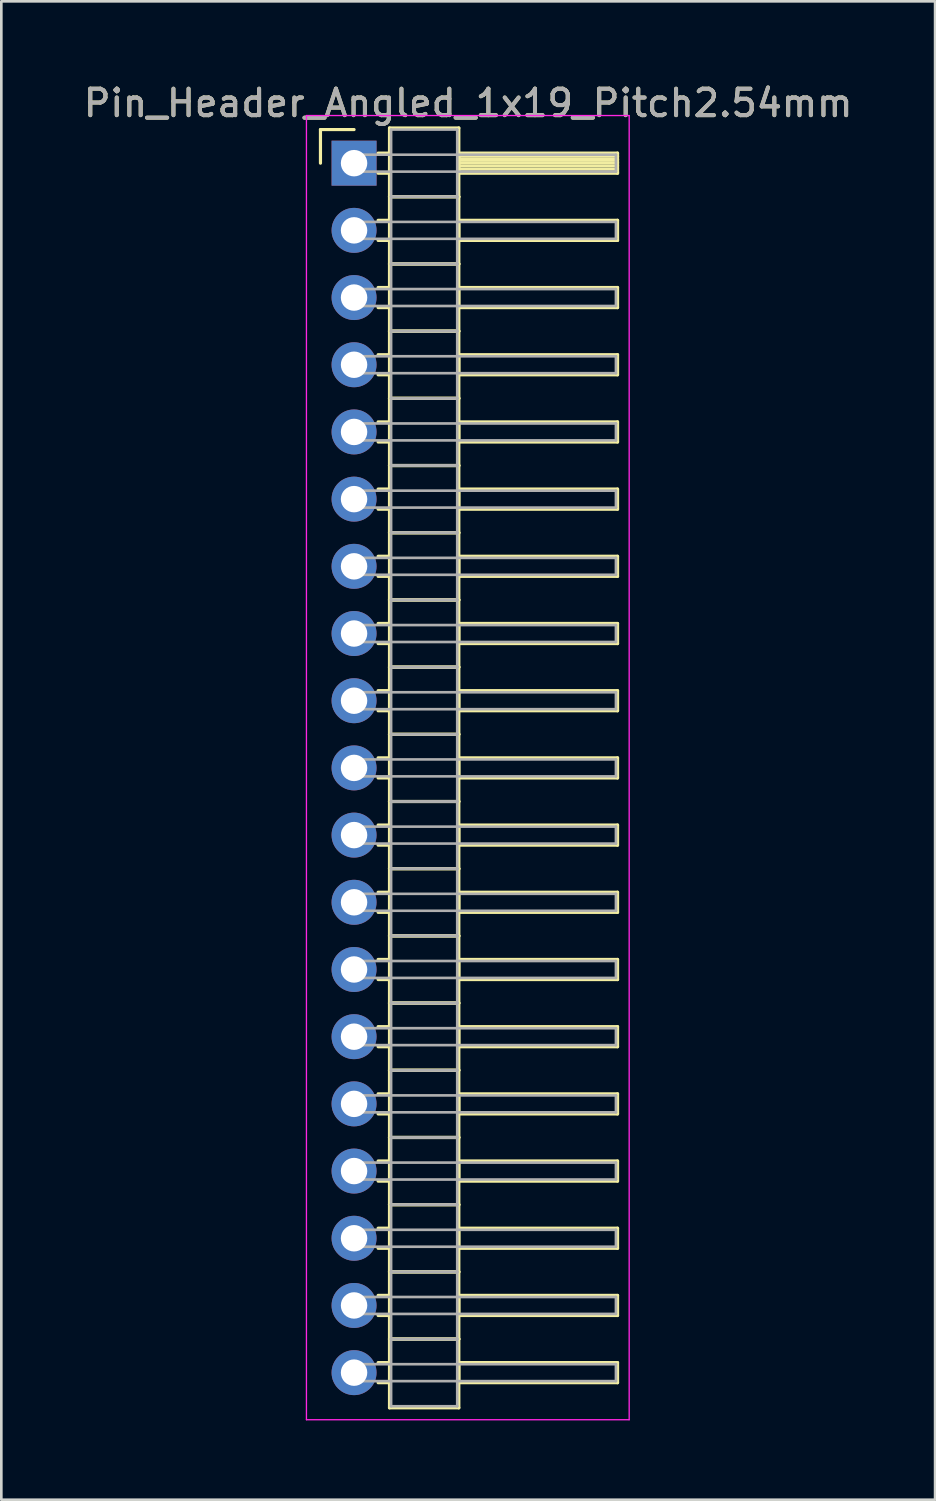
<source format=kicad_pcb>
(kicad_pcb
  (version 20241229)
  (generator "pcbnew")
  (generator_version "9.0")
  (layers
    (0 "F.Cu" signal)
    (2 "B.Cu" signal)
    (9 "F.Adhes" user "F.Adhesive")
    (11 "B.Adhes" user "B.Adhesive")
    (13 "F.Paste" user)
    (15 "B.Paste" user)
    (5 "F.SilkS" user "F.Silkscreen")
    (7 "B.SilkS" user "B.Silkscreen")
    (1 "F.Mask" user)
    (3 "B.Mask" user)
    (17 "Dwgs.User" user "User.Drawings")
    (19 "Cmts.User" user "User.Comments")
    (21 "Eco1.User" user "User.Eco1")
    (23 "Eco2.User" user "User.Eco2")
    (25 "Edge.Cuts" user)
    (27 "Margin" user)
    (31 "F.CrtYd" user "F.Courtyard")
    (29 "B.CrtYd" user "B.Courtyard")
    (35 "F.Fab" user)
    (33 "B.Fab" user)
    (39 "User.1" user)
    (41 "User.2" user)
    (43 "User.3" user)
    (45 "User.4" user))
  (footprint "Pin_Header_Angled_1x19_Pitch2.54mm"
    (layer "F.Cu")
    (at 10.334 3.118)
    (property "Reference" "Pin_Header_Angled_1x19_Pitch2.54mm" (at 4.315 -2.27 0) (layer "F.SilkS") (effects (font (size 1 1) (thickness 0.15))))
    (attr through_hole)
    (fp_line (start -1.27 -1.27) (end 0 -1.27) (stroke (width 0.12) (type solid)) (layer "F.SilkS"))
    (fp_line (start -1.27 0) (end -1.27 -1.27) (stroke (width 0.12) (type solid)) (layer "F.SilkS"))
    (fp_line (start 0.91 -0.38) (end 1.34 -0.38) (stroke (width 0.12) (type solid)) (layer "F.SilkS"))
    (fp_line (start 0.91 0.38) (end 1.34 0.38) (stroke (width 0.12) (type solid)) (layer "F.SilkS"))
    (fp_line (start 0.91 2.16) (end 1.34 2.16) (stroke (width 0.12) (type solid)) (layer "F.SilkS"))
    (fp_line (start 0.91 2.92) (end 1.34 2.92) (stroke (width 0.12) (type solid)) (layer "F.SilkS"))
    (fp_line (start 0.91 4.7) (end 1.34 4.7) (stroke (width 0.12) (type solid)) (layer "F.SilkS"))
    (fp_line (start 0.91 5.46) (end 1.34 5.46) (stroke (width 0.12) (type solid)) (layer "F.SilkS"))
    (fp_line (start 0.91 7.24) (end 1.34 7.24) (stroke (width 0.12) (type solid)) (layer "F.SilkS"))
    (fp_line (start 0.91 8) (end 1.34 8) (stroke (width 0.12) (type solid)) (layer "F.SilkS"))
    (fp_line (start 0.91 9.78) (end 1.34 9.78) (stroke (width 0.12) (type solid)) (layer "F.SilkS"))
    (fp_line (start 0.91 10.54) (end 1.34 10.54) (stroke (width 0.12) (type solid)) (layer "F.SilkS"))
    (fp_line (start 0.91 12.32) (end 1.34 12.32) (stroke (width 0.12) (type solid)) (layer "F.SilkS"))
    (fp_line (start 0.91 13.08) (end 1.34 13.08) (stroke (width 0.12) (type solid)) (layer "F.SilkS"))
    (fp_line (start 0.91 14.86) (end 1.34 14.86) (stroke (width 0.12) (type solid)) (layer "F.SilkS"))
    (fp_line (start 0.91 15.62) (end 1.34 15.62) (stroke (width 0.12) (type solid)) (layer "F.SilkS"))
    (fp_line (start 0.91 17.4) (end 1.34 17.4) (stroke (width 0.12) (type solid)) (layer "F.SilkS"))
    (fp_line (start 0.91 18.16) (end 1.34 18.16) (stroke (width 0.12) (type solid)) (layer "F.SilkS"))
    (fp_line (start 0.91 19.94) (end 1.34 19.94) (stroke (width 0.12) (type solid)) (layer "F.SilkS"))
    (fp_line (start 0.91 20.7) (end 1.34 20.7) (stroke (width 0.12) (type solid)) (layer "F.SilkS"))
    (fp_line (start 0.91 22.48) (end 1.34 22.48) (stroke (width 0.12) (type solid)) (layer "F.SilkS"))
    (fp_line (start 0.91 23.24) (end 1.34 23.24) (stroke (width 0.12) (type solid)) (layer "F.SilkS"))
    (fp_line (start 0.91 25.02) (end 1.34 25.02) (stroke (width 0.12) (type solid)) (layer "F.SilkS"))
    (fp_line (start 0.91 25.78) (end 1.34 25.78) (stroke (width 0.12) (type solid)) (layer "F.SilkS"))
    (fp_line (start 0.91 27.56) (end 1.34 27.56) (stroke (width 0.12) (type solid)) (layer "F.SilkS"))
    (fp_line (start 0.91 28.32) (end 1.34 28.32) (stroke (width 0.12) (type solid)) (layer "F.SilkS"))
    (fp_line (start 0.91 30.1) (end 1.34 30.1) (stroke (width 0.12) (type solid)) (layer "F.SilkS"))
    (fp_line (start 0.91 30.86) (end 1.34 30.86) (stroke (width 0.12) (type solid)) (layer "F.SilkS"))
    (fp_line (start 0.91 32.64) (end 1.34 32.64) (stroke (width 0.12) (type solid)) (layer "F.SilkS"))
    (fp_line (start 0.91 33.4) (end 1.34 33.4) (stroke (width 0.12) (type solid)) (layer "F.SilkS"))
    (fp_line (start 0.91 35.18) (end 1.34 35.18) (stroke (width 0.12) (type solid)) (layer "F.SilkS"))
    (fp_line (start 0.91 35.94) (end 1.34 35.94) (stroke (width 0.12) (type solid)) (layer "F.SilkS"))
    (fp_line (start 0.91 37.72) (end 1.34 37.72) (stroke (width 0.12) (type solid)) (layer "F.SilkS"))
    (fp_line (start 0.91 38.48) (end 1.34 38.48) (stroke (width 0.12) (type solid)) (layer "F.SilkS"))
    (fp_line (start 0.91 40.26) (end 1.34 40.26) (stroke (width 0.12) (type solid)) (layer "F.SilkS"))
    (fp_line (start 0.91 41.02) (end 1.34 41.02) (stroke (width 0.12) (type solid)) (layer "F.SilkS"))
    (fp_line (start 0.91 42.8) (end 1.34 42.8) (stroke (width 0.12) (type solid)) (layer "F.SilkS"))
    (fp_line (start 0.91 43.56) (end 1.34 43.56) (stroke (width 0.12) (type solid)) (layer "F.SilkS"))
    (fp_line (start 0.91 45.34) (end 1.34 45.34) (stroke (width 0.12) (type solid)) (layer "F.SilkS"))
    (fp_line (start 0.91 46.1) (end 1.34 46.1) (stroke (width 0.12) (type solid)) (layer "F.SilkS"))
    (fp_line (start 1.34 -1.33) (end 1.34 1.27) (stroke (width 0.12) (type solid)) (layer "F.SilkS"))
    (fp_line (start 1.34 1.27) (end 1.34 3.81) (stroke (width 0.12) (type solid)) (layer "F.SilkS"))
    (fp_line (start 1.34 1.27) (end 3.96 1.27) (stroke (width 0.12) (type solid)) (layer "F.SilkS"))
    (fp_line (start 1.34 3.81) (end 1.34 6.35) (stroke (width 0.12) (type solid)) (layer "F.SilkS"))
    (fp_line (start 1.34 3.81) (end 3.96 3.81) (stroke (width 0.12) (type solid)) (layer "F.SilkS"))
    (fp_line (start 1.34 6.35) (end 1.34 8.89) (stroke (width 0.12) (type solid)) (layer "F.SilkS"))
    (fp_line (start 1.34 6.35) (end 3.96 6.35) (stroke (width 0.12) (type solid)) (layer "F.SilkS"))
    (fp_line (start 1.34 8.89) (end 1.34 11.43) (stroke (width 0.12) (type solid)) (layer "F.SilkS"))
    (fp_line (start 1.34 8.89) (end 3.96 8.89) (stroke (width 0.12) (type solid)) (layer "F.SilkS"))
    (fp_line (start 1.34 11.43) (end 1.34 13.97) (stroke (width 0.12) (type solid)) (layer "F.SilkS"))
    (fp_line (start 1.34 11.43) (end 3.96 11.43) (stroke (width 0.12) (type solid)) (layer "F.SilkS"))
    (fp_line (start 1.34 13.97) (end 1.34 16.51) (stroke (width 0.12) (type solid)) (layer "F.SilkS"))
    (fp_line (start 1.34 13.97) (end 3.96 13.97) (stroke (width 0.12) (type solid)) (layer "F.SilkS"))
    (fp_line (start 1.34 16.51) (end 1.34 19.05) (stroke (width 0.12) (type solid)) (layer "F.SilkS"))
    (fp_line (start 1.34 16.51) (end 3.96 16.51) (stroke (width 0.12) (type solid)) (layer "F.SilkS"))
    (fp_line (start 1.34 19.05) (end 1.34 21.59) (stroke (width 0.12) (type solid)) (layer "F.SilkS"))
    (fp_line (start 1.34 19.05) (end 3.96 19.05) (stroke (width 0.12) (type solid)) (layer "F.SilkS"))
    (fp_line (start 1.34 21.59) (end 1.34 24.13) (stroke (width 0.12) (type solid)) (layer "F.SilkS"))
    (fp_line (start 1.34 21.59) (end 3.96 21.59) (stroke (width 0.12) (type solid)) (layer "F.SilkS"))
    (fp_line (start 1.34 24.13) (end 1.34 26.67) (stroke (width 0.12) (type solid)) (layer "F.SilkS"))
    (fp_line (start 1.34 24.13) (end 3.96 24.13) (stroke (width 0.12) (type solid)) (layer "F.SilkS"))
    (fp_line (start 1.34 26.67) (end 1.34 29.21) (stroke (width 0.12) (type solid)) (layer "F.SilkS"))
    (fp_line (start 1.34 26.67) (end 3.96 26.67) (stroke (width 0.12) (type solid)) (layer "F.SilkS"))
    (fp_line (start 1.34 29.21) (end 1.34 31.75) (stroke (width 0.12) (type solid)) (layer "F.SilkS"))
    (fp_line (start 1.34 29.21) (end 3.96 29.21) (stroke (width 0.12) (type solid)) (layer "F.SilkS"))
    (fp_line (start 1.34 31.75) (end 1.34 34.29) (stroke (width 0.12) (type solid)) (layer "F.SilkS"))
    (fp_line (start 1.34 31.75) (end 3.96 31.75) (stroke (width 0.12) (type solid)) (layer "F.SilkS"))
    (fp_line (start 1.34 34.29) (end 1.34 36.83) (stroke (width 0.12) (type solid)) (layer "F.SilkS"))
    (fp_line (start 1.34 34.29) (end 3.96 34.29) (stroke (width 0.12) (type solid)) (layer "F.SilkS"))
    (fp_line (start 1.34 36.83) (end 1.34 39.37) (stroke (width 0.12) (type solid)) (layer "F.SilkS"))
    (fp_line (start 1.34 36.83) (end 3.96 36.83) (stroke (width 0.12) (type solid)) (layer "F.SilkS"))
    (fp_line (start 1.34 39.37) (end 1.34 41.91) (stroke (width 0.12) (type solid)) (layer "F.SilkS"))
    (fp_line (start 1.34 39.37) (end 3.96 39.37) (stroke (width 0.12) (type solid)) (layer "F.SilkS"))
    (fp_line (start 1.34 41.91) (end 1.34 44.45) (stroke (width 0.12) (type solid)) (layer "F.SilkS"))
    (fp_line (start 1.34 41.91) (end 3.96 41.91) (stroke (width 0.12) (type solid)) (layer "F.SilkS"))
    (fp_line (start 1.34 44.45) (end 1.34 47.05) (stroke (width 0.12) (type solid)) (layer "F.SilkS"))
    (fp_line (start 1.34 44.45) (end 3.96 44.45) (stroke (width 0.12) (type solid)) (layer "F.SilkS"))
    (fp_line (start 1.34 47.05) (end 3.96 47.05) (stroke (width 0.12) (type solid)) (layer "F.SilkS"))
    (fp_line (start 3.96 -1.33) (end 1.34 -1.33) (stroke (width 0.12) (type solid)) (layer "F.SilkS"))
    (fp_line (start 3.96 -0.38) (end 3.96 0.38) (stroke (width 0.12) (type solid)) (layer "F.SilkS"))
    (fp_line (start 3.96 -0.26) (end 9.96 -0.26) (stroke (width 0.12) (type solid)) (layer "F.SilkS"))
    (fp_line (start 3.96 -0.14) (end 9.96 -0.14) (stroke (width 0.12) (type solid)) (layer "F.SilkS"))
    (fp_line (start 3.96 -0.02) (end 9.96 -0.02) (stroke (width 0.12) (type solid)) (layer "F.SilkS"))
    (fp_line (start 3.96 0.1) (end 9.96 0.1) (stroke (width 0.12) (type solid)) (layer "F.SilkS"))
    (fp_line (start 3.96 0.22) (end 9.96 0.22) (stroke (width 0.12) (type solid)) (layer "F.SilkS"))
    (fp_line (start 3.96 0.34) (end 9.96 0.34) (stroke (width 0.12) (type solid)) (layer "F.SilkS"))
    (fp_line (start 3.96 0.38) (end 9.96 0.38) (stroke (width 0.12) (type solid)) (layer "F.SilkS"))
    (fp_line (start 3.96 1.27) (end 1.34 1.27) (stroke (width 0.12) (type solid)) (layer "F.SilkS"))
    (fp_line (start 3.96 1.27) (end 3.96 -1.33) (stroke (width 0.12) (type solid)) (layer "F.SilkS"))
    (fp_line (start 3.96 2.16) (end 3.96 2.92) (stroke (width 0.12) (type solid)) (layer "F.SilkS"))
    (fp_line (start 3.96 2.92) (end 9.96 2.92) (stroke (width 0.12) (type solid)) (layer "F.SilkS"))
    (fp_line (start 3.96 3.81) (end 1.34 3.81) (stroke (width 0.12) (type solid)) (layer "F.SilkS"))
    (fp_line (start 3.96 3.81) (end 3.96 1.27) (stroke (width 0.12) (type solid)) (layer "F.SilkS"))
    (fp_line (start 3.96 4.7) (end 3.96 5.46) (stroke (width 0.12) (type solid)) (layer "F.SilkS"))
    (fp_line (start 3.96 5.46) (end 9.96 5.46) (stroke (width 0.12) (type solid)) (layer "F.SilkS"))
    (fp_line (start 3.96 6.35) (end 1.34 6.35) (stroke (width 0.12) (type solid)) (layer "F.SilkS"))
    (fp_line (start 3.96 6.35) (end 3.96 3.81) (stroke (width 0.12) (type solid)) (layer "F.SilkS"))
    (fp_line (start 3.96 7.24) (end 3.96 8) (stroke (width 0.12) (type solid)) (layer "F.SilkS"))
    (fp_line (start 3.96 8) (end 9.96 8) (stroke (width 0.12) (type solid)) (layer "F.SilkS"))
    (fp_line (start 3.96 8.89) (end 1.34 8.89) (stroke (width 0.12) (type solid)) (layer "F.SilkS"))
    (fp_line (start 3.96 8.89) (end 3.96 6.35) (stroke (width 0.12) (type solid)) (layer "F.SilkS"))
    (fp_line (start 3.96 9.78) (end 3.96 10.54) (stroke (width 0.12) (type solid)) (layer "F.SilkS"))
    (fp_line (start 3.96 10.54) (end 9.96 10.54) (stroke (width 0.12) (type solid)) (layer "F.SilkS"))
    (fp_line (start 3.96 11.43) (end 1.34 11.43) (stroke (width 0.12) (type solid)) (layer "F.SilkS"))
    (fp_line (start 3.96 11.43) (end 3.96 8.89) (stroke (width 0.12) (type solid)) (layer "F.SilkS"))
    (fp_line (start 3.96 12.32) (end 3.96 13.08) (stroke (width 0.12) (type solid)) (layer "F.SilkS"))
    (fp_line (start 3.96 13.08) (end 9.96 13.08) (stroke (width 0.12) (type solid)) (layer "F.SilkS"))
    (fp_line (start 3.96 13.97) (end 1.34 13.97) (stroke (width 0.12) (type solid)) (layer "F.SilkS"))
    (fp_line (start 3.96 13.97) (end 3.96 11.43) (stroke (width 0.12) (type solid)) (layer "F.SilkS"))
    (fp_line (start 3.96 14.86) (end 3.96 15.62) (stroke (width 0.12) (type solid)) (layer "F.SilkS"))
    (fp_line (start 3.96 15.62) (end 9.96 15.62) (stroke (width 0.12) (type solid)) (layer "F.SilkS"))
    (fp_line (start 3.96 16.51) (end 1.34 16.51) (stroke (width 0.12) (type solid)) (layer "F.SilkS"))
    (fp_line (start 3.96 16.51) (end 3.96 13.97) (stroke (width 0.12) (type solid)) (layer "F.SilkS"))
    (fp_line (start 3.96 17.4) (end 3.96 18.16) (stroke (width 0.12) (type solid)) (layer "F.SilkS"))
    (fp_line (start 3.96 18.16) (end 9.96 18.16) (stroke (width 0.12) (type solid)) (layer "F.SilkS"))
    (fp_line (start 3.96 19.05) (end 1.34 19.05) (stroke (width 0.12) (type solid)) (layer "F.SilkS"))
    (fp_line (start 3.96 19.05) (end 3.96 16.51) (stroke (width 0.12) (type solid)) (layer "F.SilkS"))
    (fp_line (start 3.96 19.94) (end 3.96 20.7) (stroke (width 0.12) (type solid)) (layer "F.SilkS"))
    (fp_line (start 3.96 20.7) (end 9.96 20.7) (stroke (width 0.12) (type solid)) (layer "F.SilkS"))
    (fp_line (start 3.96 21.59) (end 1.34 21.59) (stroke (width 0.12) (type solid)) (layer "F.SilkS"))
    (fp_line (start 3.96 21.59) (end 3.96 19.05) (stroke (width 0.12) (type solid)) (layer "F.SilkS"))
    (fp_line (start 3.96 22.48) (end 3.96 23.24) (stroke (width 0.12) (type solid)) (layer "F.SilkS"))
    (fp_line (start 3.96 23.24) (end 9.96 23.24) (stroke (width 0.12) (type solid)) (layer "F.SilkS"))
    (fp_line (start 3.96 24.13) (end 1.34 24.13) (stroke (width 0.12) (type solid)) (layer "F.SilkS"))
    (fp_line (start 3.96 24.13) (end 3.96 21.59) (stroke (width 0.12) (type solid)) (layer "F.SilkS"))
    (fp_line (start 3.96 25.02) (end 3.96 25.78) (stroke (width 0.12) (type solid)) (layer "F.SilkS"))
    (fp_line (start 3.96 25.78) (end 9.96 25.78) (stroke (width 0.12) (type solid)) (layer "F.SilkS"))
    (fp_line (start 3.96 26.67) (end 1.34 26.67) (stroke (width 0.12) (type solid)) (layer "F.SilkS"))
    (fp_line (start 3.96 26.67) (end 3.96 24.13) (stroke (width 0.12) (type solid)) (layer "F.SilkS"))
    (fp_line (start 3.96 27.56) (end 3.96 28.32) (stroke (width 0.12) (type solid)) (layer "F.SilkS"))
    (fp_line (start 3.96 28.32) (end 9.96 28.32) (stroke (width 0.12) (type solid)) (layer "F.SilkS"))
    (fp_line (start 3.96 29.21) (end 1.34 29.21) (stroke (width 0.12) (type solid)) (layer "F.SilkS"))
    (fp_line (start 3.96 29.21) (end 3.96 26.67) (stroke (width 0.12) (type solid)) (layer "F.SilkS"))
    (fp_line (start 3.96 30.1) (end 3.96 30.86) (stroke (width 0.12) (type solid)) (layer "F.SilkS"))
    (fp_line (start 3.96 30.86) (end 9.96 30.86) (stroke (width 0.12) (type solid)) (layer "F.SilkS"))
    (fp_line (start 3.96 31.75) (end 1.34 31.75) (stroke (width 0.12) (type solid)) (layer "F.SilkS"))
    (fp_line (start 3.96 31.75) (end 3.96 29.21) (stroke (width 0.12) (type solid)) (layer "F.SilkS"))
    (fp_line (start 3.96 32.64) (end 3.96 33.4) (stroke (width 0.12) (type solid)) (layer "F.SilkS"))
    (fp_line (start 3.96 33.4) (end 9.96 33.4) (stroke (width 0.12) (type solid)) (layer "F.SilkS"))
    (fp_line (start 3.96 34.29) (end 1.34 34.29) (stroke (width 0.12) (type solid)) (layer "F.SilkS"))
    (fp_line (start 3.96 34.29) (end 3.96 31.75) (stroke (width 0.12) (type solid)) (layer "F.SilkS"))
    (fp_line (start 3.96 35.18) (end 3.96 35.94) (stroke (width 0.12) (type solid)) (layer "F.SilkS"))
    (fp_line (start 3.96 35.94) (end 9.96 35.94) (stroke (width 0.12) (type solid)) (layer "F.SilkS"))
    (fp_line (start 3.96 36.83) (end 1.34 36.83) (stroke (width 0.12) (type solid)) (layer "F.SilkS"))
    (fp_line (start 3.96 36.83) (end 3.96 34.29) (stroke (width 0.12) (type solid)) (layer "F.SilkS"))
    (fp_line (start 3.96 37.72) (end 3.96 38.48) (stroke (width 0.12) (type solid)) (layer "F.SilkS"))
    (fp_line (start 3.96 38.48) (end 9.96 38.48) (stroke (width 0.12) (type solid)) (layer "F.SilkS"))
    (fp_line (start 3.96 39.37) (end 1.34 39.37) (stroke (width 0.12) (type solid)) (layer "F.SilkS"))
    (fp_line (start 3.96 39.37) (end 3.96 36.83) (stroke (width 0.12) (type solid)) (layer "F.SilkS"))
    (fp_line (start 3.96 40.26) (end 3.96 41.02) (stroke (width 0.12) (type solid)) (layer "F.SilkS"))
    (fp_line (start 3.96 41.02) (end 9.96 41.02) (stroke (width 0.12) (type solid)) (layer "F.SilkS"))
    (fp_line (start 3.96 41.91) (end 1.34 41.91) (stroke (width 0.12) (type solid)) (layer "F.SilkS"))
    (fp_line (start 3.96 41.91) (end 3.96 39.37) (stroke (width 0.12) (type solid)) (layer "F.SilkS"))
    (fp_line (start 3.96 42.8) (end 3.96 43.56) (stroke (width 0.12) (type solid)) (layer "F.SilkS"))
    (fp_line (start 3.96 43.56) (end 9.96 43.56) (stroke (width 0.12) (type solid)) (layer "F.SilkS"))
    (fp_line (start 3.96 44.45) (end 1.34 44.45) (stroke (width 0.12) (type solid)) (layer "F.SilkS"))
    (fp_line (start 3.96 44.45) (end 3.96 41.91) (stroke (width 0.12) (type solid)) (layer "F.SilkS"))
    (fp_line (start 3.96 45.34) (end 3.96 46.1) (stroke (width 0.12) (type solid)) (layer "F.SilkS"))
    (fp_line (start 3.96 46.1) (end 9.96 46.1) (stroke (width 0.12) (type solid)) (layer "F.SilkS"))
    (fp_line (start 3.96 47.05) (end 3.96 44.45) (stroke (width 0.12) (type solid)) (layer "F.SilkS"))
    (fp_line (start 9.96 -0.38) (end 3.96 -0.38) (stroke (width 0.12) (type solid)) (layer "F.SilkS"))
    (fp_line (start 9.96 0.38) (end 9.96 -0.38) (stroke (width 0.12) (type solid)) (layer "F.SilkS"))
    (fp_line (start 9.96 2.16) (end 3.96 2.16) (stroke (width 0.12) (type solid)) (layer "F.SilkS"))
    (fp_line (start 9.96 2.92) (end 9.96 2.16) (stroke (width 0.12) (type solid)) (layer "F.SilkS"))
    (fp_line (start 9.96 4.7) (end 3.96 4.7) (stroke (width 0.12) (type solid)) (layer "F.SilkS"))
    (fp_line (start 9.96 5.46) (end 9.96 4.7) (stroke (width 0.12) (type solid)) (layer "F.SilkS"))
    (fp_line (start 9.96 7.24) (end 3.96 7.24) (stroke (width 0.12) (type solid)) (layer "F.SilkS"))
    (fp_line (start 9.96 8) (end 9.96 7.24) (stroke (width 0.12) (type solid)) (layer "F.SilkS"))
    (fp_line (start 9.96 9.78) (end 3.96 9.78) (stroke (width 0.12) (type solid)) (layer "F.SilkS"))
    (fp_line (start 9.96 10.54) (end 9.96 9.78) (stroke (width 0.12) (type solid)) (layer "F.SilkS"))
    (fp_line (start 9.96 12.32) (end 3.96 12.32) (stroke (width 0.12) (type solid)) (layer "F.SilkS"))
    (fp_line (start 9.96 13.08) (end 9.96 12.32) (stroke (width 0.12) (type solid)) (layer "F.SilkS"))
    (fp_line (start 9.96 14.86) (end 3.96 14.86) (stroke (width 0.12) (type solid)) (layer "F.SilkS"))
    (fp_line (start 9.96 15.62) (end 9.96 14.86) (stroke (width 0.12) (type solid)) (layer "F.SilkS"))
    (fp_line (start 9.96 17.4) (end 3.96 17.4) (stroke (width 0.12) (type solid)) (layer "F.SilkS"))
    (fp_line (start 9.96 18.16) (end 9.96 17.4) (stroke (width 0.12) (type solid)) (layer "F.SilkS"))
    (fp_line (start 9.96 19.94) (end 3.96 19.94) (stroke (width 0.12) (type solid)) (layer "F.SilkS"))
    (fp_line (start 9.96 20.7) (end 9.96 19.94) (stroke (width 0.12) (type solid)) (layer "F.SilkS"))
    (fp_line (start 9.96 22.48) (end 3.96 22.48) (stroke (width 0.12) (type solid)) (layer "F.SilkS"))
    (fp_line (start 9.96 23.24) (end 9.96 22.48) (stroke (width 0.12) (type solid)) (layer "F.SilkS"))
    (fp_line (start 9.96 25.02) (end 3.96 25.02) (stroke (width 0.12) (type solid)) (layer "F.SilkS"))
    (fp_line (start 9.96 25.78) (end 9.96 25.02) (stroke (width 0.12) (type solid)) (layer "F.SilkS"))
    (fp_line (start 9.96 27.56) (end 3.96 27.56) (stroke (width 0.12) (type solid)) (layer "F.SilkS"))
    (fp_line (start 9.96 28.32) (end 9.96 27.56) (stroke (width 0.12) (type solid)) (layer "F.SilkS"))
    (fp_line (start 9.96 30.1) (end 3.96 30.1) (stroke (width 0.12) (type solid)) (layer "F.SilkS"))
    (fp_line (start 9.96 30.86) (end 9.96 30.1) (stroke (width 0.12) (type solid)) (layer "F.SilkS"))
    (fp_line (start 9.96 32.64) (end 3.96 32.64) (stroke (width 0.12) (type solid)) (layer "F.SilkS"))
    (fp_line (start 9.96 33.4) (end 9.96 32.64) (stroke (width 0.12) (type solid)) (layer "F.SilkS"))
    (fp_line (start 9.96 35.18) (end 3.96 35.18) (stroke (width 0.12) (type solid)) (layer "F.SilkS"))
    (fp_line (start 9.96 35.94) (end 9.96 35.18) (stroke (width 0.12) (type solid)) (layer "F.SilkS"))
    (fp_line (start 9.96 37.72) (end 3.96 37.72) (stroke (width 0.12) (type solid)) (layer "F.SilkS"))
    (fp_line (start 9.96 38.48) (end 9.96 37.72) (stroke (width 0.12) (type solid)) (layer "F.SilkS"))
    (fp_line (start 9.96 40.26) (end 3.96 40.26) (stroke (width 0.12) (type solid)) (layer "F.SilkS"))
    (fp_line (start 9.96 41.02) (end 9.96 40.26) (stroke (width 0.12) (type solid)) (layer "F.SilkS"))
    (fp_line (start 9.96 42.8) (end 3.96 42.8) (stroke (width 0.12) (type solid)) (layer "F.SilkS"))
    (fp_line (start 9.96 43.56) (end 9.96 42.8) (stroke (width 0.12) (type solid)) (layer "F.SilkS"))
    (fp_line (start 9.96 45.34) (end 3.96 45.34) (stroke (width 0.12) (type solid)) (layer "F.SilkS"))
    (fp_line (start 9.96 46.1) (end 9.96 45.34) (stroke (width 0.12) (type solid)) (layer "F.SilkS"))
    (fp_line (start -1.8 -1.8) (end -1.8 47.5) (stroke (width 0.05) (type solid)) (layer "F.CrtYd"))
    (fp_line (start -1.8 47.5) (end 10.4 47.5) (stroke (width 0.05) (type solid)) (layer "F.CrtYd"))
    (fp_line (start 10.4 -1.8) (end -1.8 -1.8) (stroke (width 0.05) (type solid)) (layer "F.CrtYd"))
    (fp_line (start 10.4 47.5) (end 10.4 -1.8) (stroke (width 0.05) (type solid)) (layer "F.CrtYd"))
    (fp_line (start 0 -0.32) (end 0 0.32) (stroke (width 0.1) (type solid)) (layer "F.Fab"))
    (fp_line (start 0 0.32) (end 9.9 0.32) (stroke (width 0.1) (type solid)) (layer "F.Fab"))
    (fp_line (start 0 2.22) (end 0 2.86) (stroke (width 0.1) (type solid)) (layer "F.Fab"))
    (fp_line (start 0 2.86) (end 9.9 2.86) (stroke (width 0.1) (type solid)) (layer "F.Fab"))
    (fp_line (start 0 4.76) (end 0 5.4) (stroke (width 0.1) (type solid)) (layer "F.Fab"))
    (fp_line (start 0 5.4) (end 9.9 5.4) (stroke (width 0.1) (type solid)) (layer "F.Fab"))
    (fp_line (start 0 7.3) (end 0 7.94) (stroke (width 0.1) (type solid)) (layer "F.Fab"))
    (fp_line (start 0 7.94) (end 9.9 7.94) (stroke (width 0.1) (type solid)) (layer "F.Fab"))
    (fp_line (start 0 9.84) (end 0 10.48) (stroke (width 0.1) (type solid)) (layer "F.Fab"))
    (fp_line (start 0 10.48) (end 9.9 10.48) (stroke (width 0.1) (type solid)) (layer "F.Fab"))
    (fp_line (start 0 12.38) (end 0 13.02) (stroke (width 0.1) (type solid)) (layer "F.Fab"))
    (fp_line (start 0 13.02) (end 9.9 13.02) (stroke (width 0.1) (type solid)) (layer "F.Fab"))
    (fp_line (start 0 14.92) (end 0 15.56) (stroke (width 0.1) (type solid)) (layer "F.Fab"))
    (fp_line (start 0 15.56) (end 9.9 15.56) (stroke (width 0.1) (type solid)) (layer "F.Fab"))
    (fp_line (start 0 17.46) (end 0 18.1) (stroke (width 0.1) (type solid)) (layer "F.Fab"))
    (fp_line (start 0 18.1) (end 9.9 18.1) (stroke (width 0.1) (type solid)) (layer "F.Fab"))
    (fp_line (start 0 20) (end 0 20.64) (stroke (width 0.1) (type solid)) (layer "F.Fab"))
    (fp_line (start 0 20.64) (end 9.9 20.64) (stroke (width 0.1) (type solid)) (layer "F.Fab"))
    (fp_line (start 0 22.54) (end 0 23.18) (stroke (width 0.1) (type solid)) (layer "F.Fab"))
    (fp_line (start 0 23.18) (end 9.9 23.18) (stroke (width 0.1) (type solid)) (layer "F.Fab"))
    (fp_line (start 0 25.08) (end 0 25.72) (stroke (width 0.1) (type solid)) (layer "F.Fab"))
    (fp_line (start 0 25.72) (end 9.9 25.72) (stroke (width 0.1) (type solid)) (layer "F.Fab"))
    (fp_line (start 0 27.62) (end 0 28.26) (stroke (width 0.1) (type solid)) (layer "F.Fab"))
    (fp_line (start 0 28.26) (end 9.9 28.26) (stroke (width 0.1) (type solid)) (layer "F.Fab"))
    (fp_line (start 0 30.16) (end 0 30.8) (stroke (width 0.1) (type solid)) (layer "F.Fab"))
    (fp_line (start 0 30.8) (end 9.9 30.8) (stroke (width 0.1) (type solid)) (layer "F.Fab"))
    (fp_line (start 0 32.7) (end 0 33.34) (stroke (width 0.1) (type solid)) (layer "F.Fab"))
    (fp_line (start 0 33.34) (end 9.9 33.34) (stroke (width 0.1) (type solid)) (layer "F.Fab"))
    (fp_line (start 0 35.24) (end 0 35.88) (stroke (width 0.1) (type solid)) (layer "F.Fab"))
    (fp_line (start 0 35.88) (end 9.9 35.88) (stroke (width 0.1) (type solid)) (layer "F.Fab"))
    (fp_line (start 0 37.78) (end 0 38.42) (stroke (width 0.1) (type solid)) (layer "F.Fab"))
    (fp_line (start 0 38.42) (end 9.9 38.42) (stroke (width 0.1) (type solid)) (layer "F.Fab"))
    (fp_line (start 0 40.32) (end 0 40.96) (stroke (width 0.1) (type solid)) (layer "F.Fab"))
    (fp_line (start 0 40.96) (end 9.9 40.96) (stroke (width 0.1) (type solid)) (layer "F.Fab"))
    (fp_line (start 0 42.86) (end 0 43.5) (stroke (width 0.1) (type solid)) (layer "F.Fab"))
    (fp_line (start 0 43.5) (end 9.9 43.5) (stroke (width 0.1) (type solid)) (layer "F.Fab"))
    (fp_line (start 0 45.4) (end 0 46.04) (stroke (width 0.1) (type solid)) (layer "F.Fab"))
    (fp_line (start 0 46.04) (end 9.9 46.04) (stroke (width 0.1) (type solid)) (layer "F.Fab"))
    (fp_line (start 1.4 -1.27) (end 1.4 1.27) (stroke (width 0.1) (type solid)) (layer "F.Fab"))
    (fp_line (start 1.4 1.27) (end 1.4 3.81) (stroke (width 0.1) (type solid)) (layer "F.Fab"))
    (fp_line (start 1.4 1.27) (end 3.9 1.27) (stroke (width 0.1) (type solid)) (layer "F.Fab"))
    (fp_line (start 1.4 3.81) (end 1.4 6.35) (stroke (width 0.1) (type solid)) (layer "F.Fab"))
    (fp_line (start 1.4 3.81) (end 3.9 3.81) (stroke (width 0.1) (type solid)) (layer "F.Fab"))
    (fp_line (start 1.4 6.35) (end 1.4 8.89) (stroke (width 0.1) (type solid)) (layer "F.Fab"))
    (fp_line (start 1.4 6.35) (end 3.9 6.35) (stroke (width 0.1) (type solid)) (layer "F.Fab"))
    (fp_line (start 1.4 8.89) (end 1.4 11.43) (stroke (width 0.1) (type solid)) (layer "F.Fab"))
    (fp_line (start 1.4 8.89) (end 3.9 8.89) (stroke (width 0.1) (type solid)) (layer "F.Fab"))
    (fp_line (start 1.4 11.43) (end 1.4 13.97) (stroke (width 0.1) (type solid)) (layer "F.Fab"))
    (fp_line (start 1.4 11.43) (end 3.9 11.43) (stroke (width 0.1) (type solid)) (layer "F.Fab"))
    (fp_line (start 1.4 13.97) (end 1.4 16.51) (stroke (width 0.1) (type solid)) (layer "F.Fab"))
    (fp_line (start 1.4 13.97) (end 3.9 13.97) (stroke (width 0.1) (type solid)) (layer "F.Fab"))
    (fp_line (start 1.4 16.51) (end 1.4 19.05) (stroke (width 0.1) (type solid)) (layer "F.Fab"))
    (fp_line (start 1.4 16.51) (end 3.9 16.51) (stroke (width 0.1) (type solid)) (layer "F.Fab"))
    (fp_line (start 1.4 19.05) (end 1.4 21.59) (stroke (width 0.1) (type solid)) (layer "F.Fab"))
    (fp_line (start 1.4 19.05) (end 3.9 19.05) (stroke (width 0.1) (type solid)) (layer "F.Fab"))
    (fp_line (start 1.4 21.59) (end 1.4 24.13) (stroke (width 0.1) (type solid)) (layer "F.Fab"))
    (fp_line (start 1.4 21.59) (end 3.9 21.59) (stroke (width 0.1) (type solid)) (layer "F.Fab"))
    (fp_line (start 1.4 24.13) (end 1.4 26.67) (stroke (width 0.1) (type solid)) (layer "F.Fab"))
    (fp_line (start 1.4 24.13) (end 3.9 24.13) (stroke (width 0.1) (type solid)) (layer "F.Fab"))
    (fp_line (start 1.4 26.67) (end 1.4 29.21) (stroke (width 0.1) (type solid)) (layer "F.Fab"))
    (fp_line (start 1.4 26.67) (end 3.9 26.67) (stroke (width 0.1) (type solid)) (layer "F.Fab"))
    (fp_line (start 1.4 29.21) (end 1.4 31.75) (stroke (width 0.1) (type solid)) (layer "F.Fab"))
    (fp_line (start 1.4 29.21) (end 3.9 29.21) (stroke (width 0.1) (type solid)) (layer "F.Fab"))
    (fp_line (start 1.4 31.75) (end 1.4 34.29) (stroke (width 0.1) (type solid)) (layer "F.Fab"))
    (fp_line (start 1.4 31.75) (end 3.9 31.75) (stroke (width 0.1) (type solid)) (layer "F.Fab"))
    (fp_line (start 1.4 34.29) (end 1.4 36.83) (stroke (width 0.1) (type solid)) (layer "F.Fab"))
    (fp_line (start 1.4 34.29) (end 3.9 34.29) (stroke (width 0.1) (type solid)) (layer "F.Fab"))
    (fp_line (start 1.4 36.83) (end 1.4 39.37) (stroke (width 0.1) (type solid)) (layer "F.Fab"))
    (fp_line (start 1.4 36.83) (end 3.9 36.83) (stroke (width 0.1) (type solid)) (layer "F.Fab"))
    (fp_line (start 1.4 39.37) (end 1.4 41.91) (stroke (width 0.1) (type solid)) (layer "F.Fab"))
    (fp_line (start 1.4 39.37) (end 3.9 39.37) (stroke (width 0.1) (type solid)) (layer "F.Fab"))
    (fp_line (start 1.4 41.91) (end 1.4 44.45) (stroke (width 0.1) (type solid)) (layer "F.Fab"))
    (fp_line (start 1.4 41.91) (end 3.9 41.91) (stroke (width 0.1) (type solid)) (layer "F.Fab"))
    (fp_line (start 1.4 44.45) (end 1.4 46.99) (stroke (width 0.1) (type solid)) (layer "F.Fab"))
    (fp_line (start 1.4 44.45) (end 3.9 44.45) (stroke (width 0.1) (type solid)) (layer "F.Fab"))
    (fp_line (start 1.4 46.99) (end 3.9 46.99) (stroke (width 0.1) (type solid)) (layer "F.Fab"))
    (fp_line (start 3.9 -1.27) (end 1.4 -1.27) (stroke (width 0.1) (type solid)) (layer "F.Fab"))
    (fp_line (start 3.9 1.27) (end 1.4 1.27) (stroke (width 0.1) (type solid)) (layer "F.Fab"))
    (fp_line (start 3.9 1.27) (end 3.9 -1.27) (stroke (width 0.1) (type solid)) (layer "F.Fab"))
    (fp_line (start 3.9 3.81) (end 1.4 3.81) (stroke (width 0.1) (type solid)) (layer "F.Fab"))
    (fp_line (start 3.9 3.81) (end 3.9 1.27) (stroke (width 0.1) (type solid)) (layer "F.Fab"))
    (fp_line (start 3.9 6.35) (end 1.4 6.35) (stroke (width 0.1) (type solid)) (layer "F.Fab"))
    (fp_line (start 3.9 6.35) (end 3.9 3.81) (stroke (width 0.1) (type solid)) (layer "F.Fab"))
    (fp_line (start 3.9 8.89) (end 1.4 8.89) (stroke (width 0.1) (type solid)) (layer "F.Fab"))
    (fp_line (start 3.9 8.89) (end 3.9 6.35) (stroke (width 0.1) (type solid)) (layer "F.Fab"))
    (fp_line (start 3.9 11.43) (end 1.4 11.43) (stroke (width 0.1) (type solid)) (layer "F.Fab"))
    (fp_line (start 3.9 11.43) (end 3.9 8.89) (stroke (width 0.1) (type solid)) (layer "F.Fab"))
    (fp_line (start 3.9 13.97) (end 1.4 13.97) (stroke (width 0.1) (type solid)) (layer "F.Fab"))
    (fp_line (start 3.9 13.97) (end 3.9 11.43) (stroke (width 0.1) (type solid)) (layer "F.Fab"))
    (fp_line (start 3.9 16.51) (end 1.4 16.51) (stroke (width 0.1) (type solid)) (layer "F.Fab"))
    (fp_line (start 3.9 16.51) (end 3.9 13.97) (stroke (width 0.1) (type solid)) (layer "F.Fab"))
    (fp_line (start 3.9 19.05) (end 1.4 19.05) (stroke (width 0.1) (type solid)) (layer "F.Fab"))
    (fp_line (start 3.9 19.05) (end 3.9 16.51) (stroke (width 0.1) (type solid)) (layer "F.Fab"))
    (fp_line (start 3.9 21.59) (end 1.4 21.59) (stroke (width 0.1) (type solid)) (layer "F.Fab"))
    (fp_line (start 3.9 21.59) (end 3.9 19.05) (stroke (width 0.1) (type solid)) (layer "F.Fab"))
    (fp_line (start 3.9 24.13) (end 1.4 24.13) (stroke (width 0.1) (type solid)) (layer "F.Fab"))
    (fp_line (start 3.9 24.13) (end 3.9 21.59) (stroke (width 0.1) (type solid)) (layer "F.Fab"))
    (fp_line (start 3.9 26.67) (end 1.4 26.67) (stroke (width 0.1) (type solid)) (layer "F.Fab"))
    (fp_line (start 3.9 26.67) (end 3.9 24.13) (stroke (width 0.1) (type solid)) (layer "F.Fab"))
    (fp_line (start 3.9 29.21) (end 1.4 29.21) (stroke (width 0.1) (type solid)) (layer "F.Fab"))
    (fp_line (start 3.9 29.21) (end 3.9 26.67) (stroke (width 0.1) (type solid)) (layer "F.Fab"))
    (fp_line (start 3.9 31.75) (end 1.4 31.75) (stroke (width 0.1) (type solid)) (layer "F.Fab"))
    (fp_line (start 3.9 31.75) (end 3.9 29.21) (stroke (width 0.1) (type solid)) (layer "F.Fab"))
    (fp_line (start 3.9 34.29) (end 1.4 34.29) (stroke (width 0.1) (type solid)) (layer "F.Fab"))
    (fp_line (start 3.9 34.29) (end 3.9 31.75) (stroke (width 0.1) (type solid)) (layer "F.Fab"))
    (fp_line (start 3.9 36.83) (end 1.4 36.83) (stroke (width 0.1) (type solid)) (layer "F.Fab"))
    (fp_line (start 3.9 36.83) (end 3.9 34.29) (stroke (width 0.1) (type solid)) (layer "F.Fab"))
    (fp_line (start 3.9 39.37) (end 1.4 39.37) (stroke (width 0.1) (type solid)) (layer "F.Fab"))
    (fp_line (start 3.9 39.37) (end 3.9 36.83) (stroke (width 0.1) (type solid)) (layer "F.Fab"))
    (fp_line (start 3.9 41.91) (end 1.4 41.91) (stroke (width 0.1) (type solid)) (layer "F.Fab"))
    (fp_line (start 3.9 41.91) (end 3.9 39.37) (stroke (width 0.1) (type solid)) (layer "F.Fab"))
    (fp_line (start 3.9 44.45) (end 1.4 44.45) (stroke (width 0.1) (type solid)) (layer "F.Fab"))
    (fp_line (start 3.9 44.45) (end 3.9 41.91) (stroke (width 0.1) (type solid)) (layer "F.Fab"))
    (fp_line (start 3.9 46.99) (end 3.9 44.45) (stroke (width 0.1) (type solid)) (layer "F.Fab"))
    (fp_line (start 9.9 -0.32) (end 0 -0.32) (stroke (width 0.1) (type solid)) (layer "F.Fab"))
    (fp_line (start 9.9 0.32) (end 9.9 -0.32) (stroke (width 0.1) (type solid)) (layer "F.Fab"))
    (fp_line (start 9.9 2.22) (end 0 2.22) (stroke (width 0.1) (type solid)) (layer "F.Fab"))
    (fp_line (start 9.9 2.86) (end 9.9 2.22) (stroke (width 0.1) (type solid)) (layer "F.Fab"))
    (fp_line (start 9.9 4.76) (end 0 4.76) (stroke (width 0.1) (type solid)) (layer "F.Fab"))
    (fp_line (start 9.9 5.4) (end 9.9 4.76) (stroke (width 0.1) (type solid)) (layer "F.Fab"))
    (fp_line (start 9.9 7.3) (end 0 7.3) (stroke (width 0.1) (type solid)) (layer "F.Fab"))
    (fp_line (start 9.9 7.94) (end 9.9 7.3) (stroke (width 0.1) (type solid)) (layer "F.Fab"))
    (fp_line (start 9.9 9.84) (end 0 9.84) (stroke (width 0.1) (type solid)) (layer "F.Fab"))
    (fp_line (start 9.9 10.48) (end 9.9 9.84) (stroke (width 0.1) (type solid)) (layer "F.Fab"))
    (fp_line (start 9.9 12.38) (end 0 12.38) (stroke (width 0.1) (type solid)) (layer "F.Fab"))
    (fp_line (start 9.9 13.02) (end 9.9 12.38) (stroke (width 0.1) (type solid)) (layer "F.Fab"))
    (fp_line (start 9.9 14.92) (end 0 14.92) (stroke (width 0.1) (type solid)) (layer "F.Fab"))
    (fp_line (start 9.9 15.56) (end 9.9 14.92) (stroke (width 0.1) (type solid)) (layer "F.Fab"))
    (fp_line (start 9.9 17.46) (end 0 17.46) (stroke (width 0.1) (type solid)) (layer "F.Fab"))
    (fp_line (start 9.9 18.1) (end 9.9 17.46) (stroke (width 0.1) (type solid)) (layer "F.Fab"))
    (fp_line (start 9.9 20) (end 0 20) (stroke (width 0.1) (type solid)) (layer "F.Fab"))
    (fp_line (start 9.9 20.64) (end 9.9 20) (stroke (width 0.1) (type solid)) (layer "F.Fab"))
    (fp_line (start 9.9 22.54) (end 0 22.54) (stroke (width 0.1) (type solid)) (layer "F.Fab"))
    (fp_line (start 9.9 23.18) (end 9.9 22.54) (stroke (width 0.1) (type solid)) (layer "F.Fab"))
    (fp_line (start 9.9 25.08) (end 0 25.08) (stroke (width 0.1) (type solid)) (layer "F.Fab"))
    (fp_line (start 9.9 25.72) (end 9.9 25.08) (stroke (width 0.1) (type solid)) (layer "F.Fab"))
    (fp_line (start 9.9 27.62) (end 0 27.62) (stroke (width 0.1) (type solid)) (layer "F.Fab"))
    (fp_line (start 9.9 28.26) (end 9.9 27.62) (stroke (width 0.1) (type solid)) (layer "F.Fab"))
    (fp_line (start 9.9 30.16) (end 0 30.16) (stroke (width 0.1) (type solid)) (layer "F.Fab"))
    (fp_line (start 9.9 30.8) (end 9.9 30.16) (stroke (width 0.1) (type solid)) (layer "F.Fab"))
    (fp_line (start 9.9 32.7) (end 0 32.7) (stroke (width 0.1) (type solid)) (layer "F.Fab"))
    (fp_line (start 9.9 33.34) (end 9.9 32.7) (stroke (width 0.1) (type solid)) (layer "F.Fab"))
    (fp_line (start 9.9 35.24) (end 0 35.24) (stroke (width 0.1) (type solid)) (layer "F.Fab"))
    (fp_line (start 9.9 35.88) (end 9.9 35.24) (stroke (width 0.1) (type solid)) (layer "F.Fab"))
    (fp_line (start 9.9 37.78) (end 0 37.78) (stroke (width 0.1) (type solid)) (layer "F.Fab"))
    (fp_line (start 9.9 38.42) (end 9.9 37.78) (stroke (width 0.1) (type solid)) (layer "F.Fab"))
    (fp_line (start 9.9 40.32) (end 0 40.32) (stroke (width 0.1) (type solid)) (layer "F.Fab"))
    (fp_line (start 9.9 40.96) (end 9.9 40.32) (stroke (width 0.1) (type solid)) (layer "F.Fab"))
    (fp_line (start 9.9 42.86) (end 0 42.86) (stroke (width 0.1) (type solid)) (layer "F.Fab"))
    (fp_line (start 9.9 43.5) (end 9.9 42.86) (stroke (width 0.1) (type solid)) (layer "F.Fab"))
    (fp_line (start 9.9 45.4) (end 0 45.4) (stroke (width 0.1) (type solid)) (layer "F.Fab"))
    (fp_line (start 9.9 46.04) (end 9.9 45.4) (stroke (width 0.1) (type solid)) (layer "F.Fab"))
    (fp_text user "${REFERENCE}" (at 4.315 -2.27 0) (layer "F.Fab") (effects (font (size 1 1) (thickness 0.15))))
    (pad "1" thru_hole rect (at 0 0) (size 1.7 1.7) (drill 1) (layers "*.Cu" "*.Mask"))
    (pad "2" thru_hole oval (at 0 2.54) (size 1.7 1.7) (drill 1) (layers "*.Cu" "*.Mask"))
    (pad "3" thru_hole oval (at 0 5.08) (size 1.7 1.7) (drill 1) (layers "*.Cu" "*.Mask"))
    (pad "4" thru_hole oval (at 0 7.62) (size 1.7 1.7) (drill 1) (layers "*.Cu" "*.Mask"))
    (pad "5" thru_hole oval (at 0 10.16) (size 1.7 1.7) (drill 1) (layers "*.Cu" "*.Mask"))
    (pad "6" thru_hole oval (at 0 12.7) (size 1.7 1.7) (drill 1) (layers "*.Cu" "*.Mask"))
    (pad "7" thru_hole oval (at 0 15.24) (size 1.7 1.7) (drill 1) (layers "*.Cu" "*.Mask"))
    (pad "8" thru_hole oval (at 0 17.78) (size 1.7 1.7) (drill 1) (layers "*.Cu" "*.Mask"))
    (pad "9" thru_hole oval (at 0 20.32) (size 1.7 1.7) (drill 1) (layers "*.Cu" "*.Mask"))
    (pad "10" thru_hole oval (at 0 22.86) (size 1.7 1.7) (drill 1) (layers "*.Cu" "*.Mask"))
    (pad "11" thru_hole oval (at 0 25.4) (size 1.7 1.7) (drill 1) (layers "*.Cu" "*.Mask"))
    (pad "12" thru_hole oval (at 0 27.94) (size 1.7 1.7) (drill 1) (layers "*.Cu" "*.Mask"))
    (pad "13" thru_hole oval (at 0 30.48) (size 1.7 1.7) (drill 1) (layers "*.Cu" "*.Mask"))
    (pad "14" thru_hole oval (at 0 33.02) (size 1.7 1.7) (drill 1) (layers "*.Cu" "*.Mask"))
    (pad "15" thru_hole oval (at 0 35.56) (size 1.7 1.7) (drill 1) (layers "*.Cu" "*.Mask"))
    (pad "16" thru_hole oval (at 0 38.1) (size 1.7 1.7) (drill 1) (layers "*.Cu" "*.Mask"))
    (pad "17" thru_hole oval (at 0 40.64) (size 1.7 1.7) (drill 1) (layers "*.Cu" "*.Mask"))
    (pad "18" thru_hole oval (at 0 43.18) (size 1.7 1.7) (drill 1) (layers "*.Cu" "*.Mask"))
    (pad "19" thru_hole oval (at 0 45.72) (size 1.7 1.7) (drill 1) (layers "*.Cu" "*.Mask")))
  (gr_rect
    (start -3 -3)
    (end 32.298 53.643)
    (stroke (width 0.1) (type default))
    (fill no)
    (layer "Edge.Cuts")))
</source>
